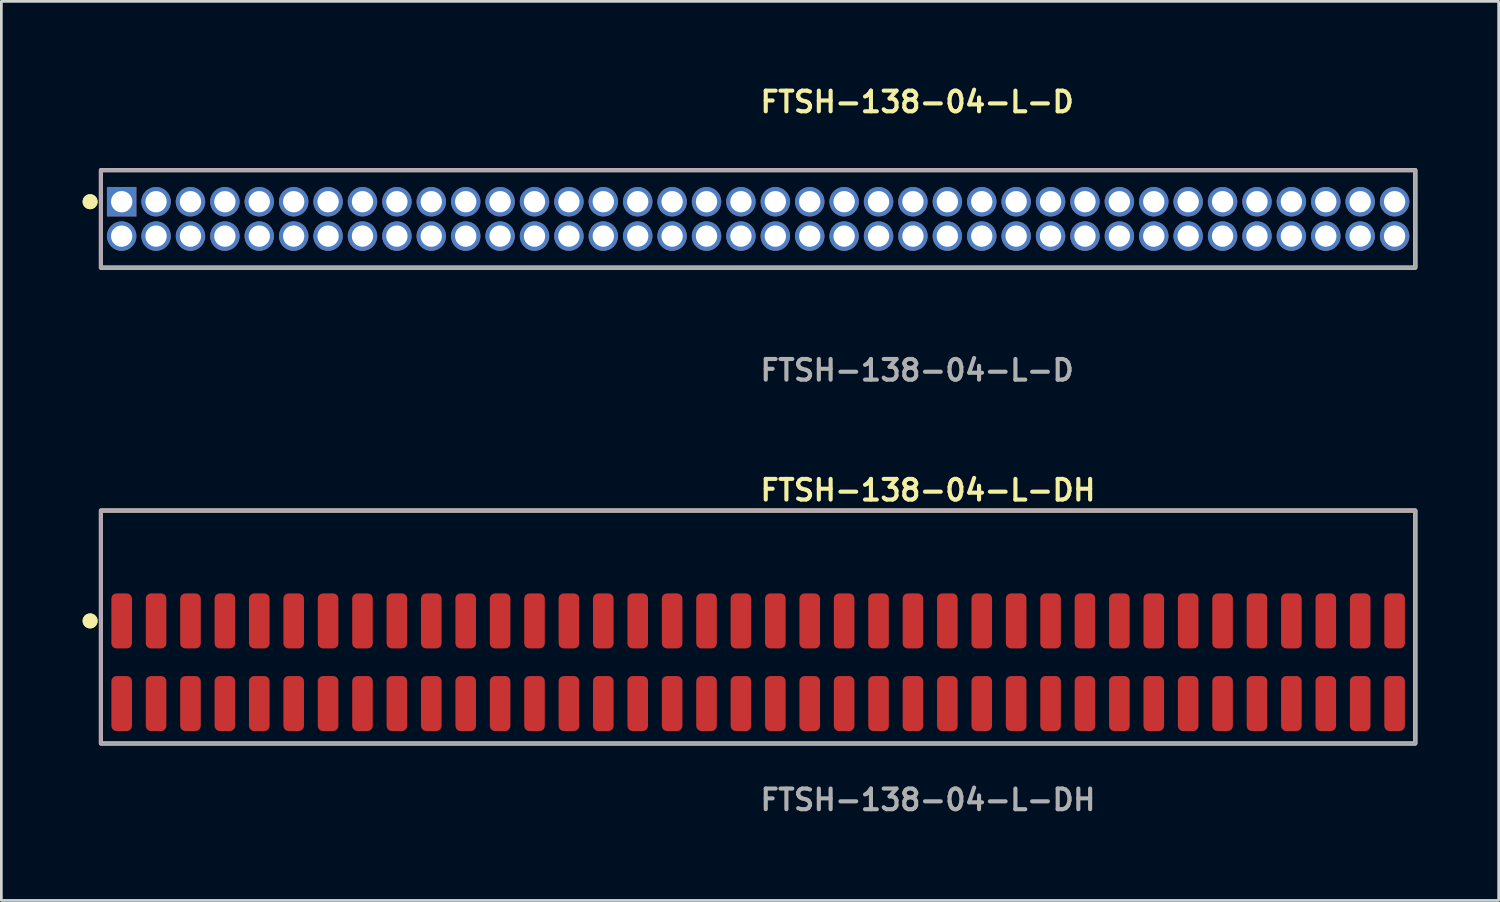
<source format=kicad_pcb>
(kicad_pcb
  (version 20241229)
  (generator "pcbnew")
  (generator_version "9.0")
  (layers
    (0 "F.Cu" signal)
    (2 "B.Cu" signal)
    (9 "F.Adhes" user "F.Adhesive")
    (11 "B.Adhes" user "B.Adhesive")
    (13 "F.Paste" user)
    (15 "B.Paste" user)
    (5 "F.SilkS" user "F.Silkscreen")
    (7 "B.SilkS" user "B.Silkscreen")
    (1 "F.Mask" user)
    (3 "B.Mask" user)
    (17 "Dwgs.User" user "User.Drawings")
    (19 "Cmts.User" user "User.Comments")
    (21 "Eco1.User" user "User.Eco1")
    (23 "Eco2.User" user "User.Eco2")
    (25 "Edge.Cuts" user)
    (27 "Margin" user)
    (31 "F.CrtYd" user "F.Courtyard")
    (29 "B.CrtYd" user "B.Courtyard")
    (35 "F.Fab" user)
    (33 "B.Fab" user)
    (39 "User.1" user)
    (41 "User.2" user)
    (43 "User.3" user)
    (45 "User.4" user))
  (footprint "FTSH-138-04-L-DH"
    (layer "F.Cu")
    (at 24.936 21.396)
    (property "Reference" "FTSH-138-04-L-DH" (at 0 -6.35 0) (unlocked yes) (layer "F.SilkS") (effects (font (size 0.762 0.762) (thickness 0.152)) (justify left)))
    (fp_rect (start -24.26 3) (end 24.26 -5.6) (stroke (width 0.152) (type solid)) (fill no) (layer "F.SilkS"))
    (fp_circle (center -24.66 -1.525) (end -24.86 -1.525) (stroke (width 0.152) (type solid)) (fill yes) (layer "F.SilkS"))
    (fp_circle (center -24.66 -1.525) (end -24.86 -1.525) (stroke (width 0.152) (type solid)) (fill yes) (layer "F.SilkS"))
    (fp_rect (start -24.26 3) (end 24.26 -5.6) (stroke (width 0.006) (type solid)) (fill no) (layer "F.CrtYd"))
    (fp_rect (start -24.26 3) (end 24.26 -5.6) (stroke (width 0.152) (type solid)) (fill no) (layer "F.Fab"))
    (fp_text user "${REFERENCE}" (at 0 5.08 0) (unlocked yes) (layer "F.Fab") (effects (font (size 0.762 0.762) (thickness 0.152)) (justify left)))
    (pad "1" smd roundrect (at -23.495 -1.525) (size 0.76 2.03) (layers "F.Cu" "F.Paste") (roundrect_rratio 0.25))
    (pad "2" smd roundrect (at -23.495 1.525) (size 0.76 2.03) (layers "F.Cu" "F.Paste") (roundrect_rratio 0.25))
    (pad "3" smd roundrect (at -22.225 -1.525) (size 0.76 2.03) (layers "F.Cu" "F.Paste") (roundrect_rratio 0.25))
    (pad "4" smd roundrect (at -22.225 1.525) (size 0.76 2.03) (layers "F.Cu" "F.Paste") (roundrect_rratio 0.25))
    (pad "5" smd roundrect (at -20.955 -1.525) (size 0.76 2.03) (layers "F.Cu" "F.Paste") (roundrect_rratio 0.25))
    (pad "6" smd roundrect (at -20.955 1.525) (size 0.76 2.03) (layers "F.Cu" "F.Paste") (roundrect_rratio 0.25))
    (pad "7" smd roundrect (at -19.685 -1.525) (size 0.76 2.03) (layers "F.Cu" "F.Paste") (roundrect_rratio 0.25))
    (pad "8" smd roundrect (at -19.685 1.525) (size 0.76 2.03) (layers "F.Cu" "F.Paste") (roundrect_rratio 0.25))
    (pad "9" smd roundrect (at -18.415 -1.525) (size 0.76 2.03) (layers "F.Cu" "F.Paste") (roundrect_rratio 0.25))
    (pad "10" smd roundrect (at -18.415 1.525) (size 0.76 2.03) (layers "F.Cu" "F.Paste") (roundrect_rratio 0.25))
    (pad "11" smd roundrect (at -17.145 -1.525) (size 0.76 2.03) (layers "F.Cu" "F.Paste") (roundrect_rratio 0.25))
    (pad "12" smd roundrect (at -17.145 1.525) (size 0.76 2.03) (layers "F.Cu" "F.Paste") (roundrect_rratio 0.25))
    (pad "13" smd roundrect (at -15.875 -1.525) (size 0.76 2.03) (layers "F.Cu" "F.Paste") (roundrect_rratio 0.25))
    (pad "14" smd roundrect (at -15.875 1.525) (size 0.76 2.03) (layers "F.Cu" "F.Paste") (roundrect_rratio 0.25))
    (pad "15" smd roundrect (at -14.605 -1.525) (size 0.76 2.03) (layers "F.Cu" "F.Paste") (roundrect_rratio 0.25))
    (pad "16" smd roundrect (at -14.605 1.525) (size 0.76 2.03) (layers "F.Cu" "F.Paste") (roundrect_rratio 0.25))
    (pad "17" smd roundrect (at -13.335 -1.525) (size 0.76 2.03) (layers "F.Cu" "F.Paste") (roundrect_rratio 0.25))
    (pad "18" smd roundrect (at -13.335 1.525) (size 0.76 2.03) (layers "F.Cu" "F.Paste") (roundrect_rratio 0.25))
    (pad "19" smd roundrect (at -12.065 -1.525) (size 0.76 2.03) (layers "F.Cu" "F.Paste") (roundrect_rratio 0.25))
    (pad "20" smd roundrect (at -12.065 1.525) (size 0.76 2.03) (layers "F.Cu" "F.Paste") (roundrect_rratio 0.25))
    (pad "21" smd roundrect (at -10.795 -1.525) (size 0.76 2.03) (layers "F.Cu" "F.Paste") (roundrect_rratio 0.25))
    (pad "22" smd roundrect (at -10.795 1.525) (size 0.76 2.03) (layers "F.Cu" "F.Paste") (roundrect_rratio 0.25))
    (pad "23" smd roundrect (at -9.525 -1.525) (size 0.76 2.03) (layers "F.Cu" "F.Paste") (roundrect_rratio 0.25))
    (pad "24" smd roundrect (at -9.525 1.525) (size 0.76 2.03) (layers "F.Cu" "F.Paste") (roundrect_rratio 0.25))
    (pad "25" smd roundrect (at -8.255 -1.525) (size 0.76 2.03) (layers "F.Cu" "F.Paste") (roundrect_rratio 0.25))
    (pad "26" smd roundrect (at -8.255 1.525) (size 0.76 2.03) (layers "F.Cu" "F.Paste") (roundrect_rratio 0.25))
    (pad "27" smd roundrect (at -6.985 -1.525) (size 0.76 2.03) (layers "F.Cu" "F.Paste") (roundrect_rratio 0.25))
    (pad "28" smd roundrect (at -6.985 1.525) (size 0.76 2.03) (layers "F.Cu" "F.Paste") (roundrect_rratio 0.25))
    (pad "29" smd roundrect (at -5.715 -1.525) (size 0.76 2.03) (layers "F.Cu" "F.Paste") (roundrect_rratio 0.25))
    (pad "30" smd roundrect (at -5.715 1.525) (size 0.76 2.03) (layers "F.Cu" "F.Paste") (roundrect_rratio 0.25))
    (pad "31" smd roundrect (at -4.445 -1.525) (size 0.76 2.03) (layers "F.Cu" "F.Paste") (roundrect_rratio 0.25))
    (pad "32" smd roundrect (at -4.445 1.525) (size 0.76 2.03) (layers "F.Cu" "F.Paste") (roundrect_rratio 0.25))
    (pad "33" smd roundrect (at -3.175 -1.525) (size 0.76 2.03) (layers "F.Cu" "F.Paste") (roundrect_rratio 0.25))
    (pad "34" smd roundrect (at -3.175 1.525) (size 0.76 2.03) (layers "F.Cu" "F.Paste") (roundrect_rratio 0.25))
    (pad "35" smd roundrect (at -1.905 -1.525) (size 0.76 2.03) (layers "F.Cu" "F.Paste") (roundrect_rratio 0.25))
    (pad "36" smd roundrect (at -1.905 1.525) (size 0.76 2.03) (layers "F.Cu" "F.Paste") (roundrect_rratio 0.25))
    (pad "37" smd roundrect (at -0.635 -1.525) (size 0.76 2.03) (layers "F.Cu" "F.Paste") (roundrect_rratio 0.25))
    (pad "38" smd roundrect (at -0.635 1.525) (size 0.76 2.03) (layers "F.Cu" "F.Paste") (roundrect_rratio 0.25))
    (pad "39" smd roundrect (at 0.635 -1.525) (size 0.76 2.03) (layers "F.Cu" "F.Paste") (roundrect_rratio 0.25))
    (pad "40" smd roundrect (at 0.635 1.525) (size 0.76 2.03) (layers "F.Cu" "F.Paste") (roundrect_rratio 0.25))
    (pad "41" smd roundrect (at 1.905 -1.525) (size 0.76 2.03) (layers "F.Cu" "F.Paste") (roundrect_rratio 0.25))
    (pad "42" smd roundrect (at 1.905 1.525) (size 0.76 2.03) (layers "F.Cu" "F.Paste") (roundrect_rratio 0.25))
    (pad "43" smd roundrect (at 3.175 -1.525) (size 0.76 2.03) (layers "F.Cu" "F.Paste") (roundrect_rratio 0.25))
    (pad "44" smd roundrect (at 3.175 1.525) (size 0.76 2.03) (layers "F.Cu" "F.Paste") (roundrect_rratio 0.25))
    (pad "45" smd roundrect (at 4.445 -1.525) (size 0.76 2.03) (layers "F.Cu" "F.Paste") (roundrect_rratio 0.25))
    (pad "46" smd roundrect (at 4.445 1.525) (size 0.76 2.03) (layers "F.Cu" "F.Paste") (roundrect_rratio 0.25))
    (pad "47" smd roundrect (at 5.715 -1.525) (size 0.76 2.03) (layers "F.Cu" "F.Paste") (roundrect_rratio 0.25))
    (pad "48" smd roundrect (at 5.715 1.525) (size 0.76 2.03) (layers "F.Cu" "F.Paste") (roundrect_rratio 0.25))
    (pad "49" smd roundrect (at 6.985 -1.525) (size 0.76 2.03) (layers "F.Cu" "F.Paste") (roundrect_rratio 0.25))
    (pad "50" smd roundrect (at 6.985 1.525) (size 0.76 2.03) (layers "F.Cu" "F.Paste") (roundrect_rratio 0.25))
    (pad "51" smd roundrect (at 8.255 -1.525) (size 0.76 2.03) (layers "F.Cu" "F.Paste") (roundrect_rratio 0.25))
    (pad "52" smd roundrect (at 8.255 1.525) (size 0.76 2.03) (layers "F.Cu" "F.Paste") (roundrect_rratio 0.25))
    (pad "53" smd roundrect (at 9.525 -1.525) (size 0.76 2.03) (layers "F.Cu" "F.Paste") (roundrect_rratio 0.25))
    (pad "54" smd roundrect (at 9.525 1.525) (size 0.76 2.03) (layers "F.Cu" "F.Paste") (roundrect_rratio 0.25))
    (pad "55" smd roundrect (at 10.795 -1.525) (size 0.76 2.03) (layers "F.Cu" "F.Paste") (roundrect_rratio 0.25))
    (pad "56" smd roundrect (at 10.795 1.525) (size 0.76 2.03) (layers "F.Cu" "F.Paste") (roundrect_rratio 0.25))
    (pad "57" smd roundrect (at 12.065 -1.525) (size 0.76 2.03) (layers "F.Cu" "F.Paste") (roundrect_rratio 0.25))
    (pad "58" smd roundrect (at 12.065 1.525) (size 0.76 2.03) (layers "F.Cu" "F.Paste") (roundrect_rratio 0.25))
    (pad "59" smd roundrect (at 13.335 -1.525) (size 0.76 2.03) (layers "F.Cu" "F.Paste") (roundrect_rratio 0.25))
    (pad "60" smd roundrect (at 13.335 1.525) (size 0.76 2.03) (layers "F.Cu" "F.Paste") (roundrect_rratio 0.25))
    (pad "61" smd roundrect (at 14.605 -1.525) (size 0.76 2.03) (layers "F.Cu" "F.Paste") (roundrect_rratio 0.25))
    (pad "62" smd roundrect (at 14.605 1.525) (size 0.76 2.03) (layers "F.Cu" "F.Paste") (roundrect_rratio 0.25))
    (pad "63" smd roundrect (at 15.875 -1.525) (size 0.76 2.03) (layers "F.Cu" "F.Paste") (roundrect_rratio 0.25))
    (pad "64" smd roundrect (at 15.875 1.525) (size 0.76 2.03) (layers "F.Cu" "F.Paste") (roundrect_rratio 0.25))
    (pad "65" smd roundrect (at 17.145 -1.525) (size 0.76 2.03) (layers "F.Cu" "F.Paste") (roundrect_rratio 0.25))
    (pad "66" smd roundrect (at 17.145 1.525) (size 0.76 2.03) (layers "F.Cu" "F.Paste") (roundrect_rratio 0.25))
    (pad "67" smd roundrect (at 18.415 -1.525) (size 0.76 2.03) (layers "F.Cu" "F.Paste") (roundrect_rratio 0.25))
    (pad "68" smd roundrect (at 18.415 1.525) (size 0.76 2.03) (layers "F.Cu" "F.Paste") (roundrect_rratio 0.25))
    (pad "69" smd roundrect (at 19.685 -1.525) (size 0.76 2.03) (layers "F.Cu" "F.Paste") (roundrect_rratio 0.25))
    (pad "70" smd roundrect (at 19.685 1.525) (size 0.76 2.03) (layers "F.Cu" "F.Paste") (roundrect_rratio 0.25))
    (pad "71" smd roundrect (at 20.955 -1.525) (size 0.76 2.03) (layers "F.Cu" "F.Paste") (roundrect_rratio 0.25))
    (pad "72" smd roundrect (at 20.955 1.525) (size 0.76 2.03) (layers "F.Cu" "F.Paste") (roundrect_rratio 0.25))
    (pad "73" smd roundrect (at 22.225 -1.525) (size 0.76 2.03) (layers "F.Cu" "F.Paste") (roundrect_rratio 0.25))
    (pad "74" smd roundrect (at 22.225 1.525) (size 0.76 2.03) (layers "F.Cu" "F.Paste") (roundrect_rratio 0.25))
    (pad "75" smd roundrect (at 23.495 -1.525) (size 0.76 2.03) (layers "F.Cu" "F.Paste") (roundrect_rratio 0.25))
    (pad "76" smd roundrect (at 23.495 1.525) (size 0.76 2.03) (layers "F.Cu" "F.Paste") (roundrect_rratio 0.25)))
  (footprint "FTSH-138-04-L-D"
    (layer "F.Cu")
    (at 24.936 5.031)
    (property "Reference" "FTSH-138-04-L-D" (at 0 -4.318 0) (unlocked yes) (layer "F.SilkS") (effects (font (size 0.762 0.762) (thickness 0.152)) (justify left)))
    (fp_rect (start -24.26 1.8) (end 24.26 -1.8) (stroke (width 0.152) (type solid)) (fill no) (layer "F.SilkS"))
    (fp_circle (center -24.66 -0.635) (end -24.86 -0.635) (stroke (width 0.152) (type solid)) (fill yes) (layer "F.SilkS"))
    (fp_circle (center -24.66 -0.635) (end -24.86 -0.635) (stroke (width 0.152) (type solid)) (fill yes) (layer "F.SilkS"))
    (fp_rect (start -24.26 1.8) (end 24.26 -1.8) (stroke (width 0.006) (type solid)) (fill no) (layer "F.CrtYd"))
    (fp_rect (start -24.26 1.8) (end 24.26 -1.8) (stroke (width 0.152) (type solid)) (fill no) (layer "F.Fab"))
    (fp_text user "${REFERENCE}" (at 0 5.588 0) (unlocked yes) (layer "F.Fab") (effects (font (size 0.762 0.762) (thickness 0.152)) (justify left)))
    (pad "1" thru_hole rect (at -23.495 -0.635) (size 1.087 1.087) (drill 0.787) (layers "*.Cu" "*.Mask"))
    (pad "2" thru_hole circle (at -23.495 0.635) (size 1.087 1.087) (drill 0.787) (layers "*.Cu" "*.Mask"))
    (pad "3" thru_hole circle (at -22.225 -0.635) (size 1.087 1.087) (drill 0.787) (layers "*.Cu" "*.Mask"))
    (pad "4" thru_hole circle (at -22.225 0.635) (size 1.087 1.087) (drill 0.787) (layers "*.Cu" "*.Mask"))
    (pad "5" thru_hole circle (at -20.955 -0.635) (size 1.087 1.087) (drill 0.787) (layers "*.Cu" "*.Mask"))
    (pad "6" thru_hole circle (at -20.955 0.635) (size 1.087 1.087) (drill 0.787) (layers "*.Cu" "*.Mask"))
    (pad "7" thru_hole circle (at -19.685 -0.635) (size 1.087 1.087) (drill 0.787) (layers "*.Cu" "*.Mask"))
    (pad "8" thru_hole circle (at -19.685 0.635) (size 1.087 1.087) (drill 0.787) (layers "*.Cu" "*.Mask"))
    (pad "9" thru_hole circle (at -18.415 -0.635) (size 1.087 1.087) (drill 0.787) (layers "*.Cu" "*.Mask"))
    (pad "10" thru_hole circle (at -18.415 0.635) (size 1.087 1.087) (drill 0.787) (layers "*.Cu" "*.Mask"))
    (pad "11" thru_hole circle (at -17.145 -0.635) (size 1.087 1.087) (drill 0.787) (layers "*.Cu" "*.Mask"))
    (pad "12" thru_hole circle (at -17.145 0.635) (size 1.087 1.087) (drill 0.787) (layers "*.Cu" "*.Mask"))
    (pad "13" thru_hole circle (at -15.875 -0.635) (size 1.087 1.087) (drill 0.787) (layers "*.Cu" "*.Mask"))
    (pad "14" thru_hole circle (at -15.875 0.635) (size 1.087 1.087) (drill 0.787) (layers "*.Cu" "*.Mask"))
    (pad "15" thru_hole circle (at -14.605 -0.635) (size 1.087 1.087) (drill 0.787) (layers "*.Cu" "*.Mask"))
    (pad "16" thru_hole circle (at -14.605 0.635) (size 1.087 1.087) (drill 0.787) (layers "*.Cu" "*.Mask"))
    (pad "17" thru_hole circle (at -13.335 -0.635) (size 1.087 1.087) (drill 0.787) (layers "*.Cu" "*.Mask"))
    (pad "18" thru_hole circle (at -13.335 0.635) (size 1.087 1.087) (drill 0.787) (layers "*.Cu" "*.Mask"))
    (pad "19" thru_hole circle (at -12.065 -0.635) (size 1.087 1.087) (drill 0.787) (layers "*.Cu" "*.Mask"))
    (pad "20" thru_hole circle (at -12.065 0.635) (size 1.087 1.087) (drill 0.787) (layers "*.Cu" "*.Mask"))
    (pad "21" thru_hole circle (at -10.795 -0.635) (size 1.087 1.087) (drill 0.787) (layers "*.Cu" "*.Mask"))
    (pad "22" thru_hole circle (at -10.795 0.635) (size 1.087 1.087) (drill 0.787) (layers "*.Cu" "*.Mask"))
    (pad "23" thru_hole circle (at -9.525 -0.635) (size 1.087 1.087) (drill 0.787) (layers "*.Cu" "*.Mask"))
    (pad "24" thru_hole circle (at -9.525 0.635) (size 1.087 1.087) (drill 0.787) (layers "*.Cu" "*.Mask"))
    (pad "25" thru_hole circle (at -8.255 -0.635) (size 1.087 1.087) (drill 0.787) (layers "*.Cu" "*.Mask"))
    (pad "26" thru_hole circle (at -8.255 0.635) (size 1.087 1.087) (drill 0.787) (layers "*.Cu" "*.Mask"))
    (pad "27" thru_hole circle (at -6.985 -0.635) (size 1.087 1.087) (drill 0.787) (layers "*.Cu" "*.Mask"))
    (pad "28" thru_hole circle (at -6.985 0.635) (size 1.087 1.087) (drill 0.787) (layers "*.Cu" "*.Mask"))
    (pad "29" thru_hole circle (at -5.715 -0.635) (size 1.087 1.087) (drill 0.787) (layers "*.Cu" "*.Mask"))
    (pad "30" thru_hole circle (at -5.715 0.635) (size 1.087 1.087) (drill 0.787) (layers "*.Cu" "*.Mask"))
    (pad "31" thru_hole circle (at -4.445 -0.635) (size 1.087 1.087) (drill 0.787) (layers "*.Cu" "*.Mask"))
    (pad "32" thru_hole circle (at -4.445 0.635) (size 1.087 1.087) (drill 0.787) (layers "*.Cu" "*.Mask"))
    (pad "33" thru_hole circle (at -3.175 -0.635) (size 1.087 1.087) (drill 0.787) (layers "*.Cu" "*.Mask"))
    (pad "34" thru_hole circle (at -3.175 0.635) (size 1.087 1.087) (drill 0.787) (layers "*.Cu" "*.Mask"))
    (pad "35" thru_hole circle (at -1.905 -0.635) (size 1.087 1.087) (drill 0.787) (layers "*.Cu" "*.Mask"))
    (pad "36" thru_hole circle (at -1.905 0.635) (size 1.087 1.087) (drill 0.787) (layers "*.Cu" "*.Mask"))
    (pad "37" thru_hole circle (at -0.635 -0.635) (size 1.087 1.087) (drill 0.787) (layers "*.Cu" "*.Mask"))
    (pad "38" thru_hole circle (at -0.635 0.635) (size 1.087 1.087) (drill 0.787) (layers "*.Cu" "*.Mask"))
    (pad "39" thru_hole circle (at 0.635 -0.635) (size 1.087 1.087) (drill 0.787) (layers "*.Cu" "*.Mask"))
    (pad "40" thru_hole circle (at 0.635 0.635) (size 1.087 1.087) (drill 0.787) (layers "*.Cu" "*.Mask"))
    (pad "41" thru_hole circle (at 1.905 -0.635) (size 1.087 1.087) (drill 0.787) (layers "*.Cu" "*.Mask"))
    (pad "42" thru_hole circle (at 1.905 0.635) (size 1.087 1.087) (drill 0.787) (layers "*.Cu" "*.Mask"))
    (pad "43" thru_hole circle (at 3.175 -0.635) (size 1.087 1.087) (drill 0.787) (layers "*.Cu" "*.Mask"))
    (pad "44" thru_hole circle (at 3.175 0.635) (size 1.087 1.087) (drill 0.787) (layers "*.Cu" "*.Mask"))
    (pad "45" thru_hole circle (at 4.445 -0.635) (size 1.087 1.087) (drill 0.787) (layers "*.Cu" "*.Mask"))
    (pad "46" thru_hole circle (at 4.445 0.635) (size 1.087 1.087) (drill 0.787) (layers "*.Cu" "*.Mask"))
    (pad "47" thru_hole circle (at 5.715 -0.635) (size 1.087 1.087) (drill 0.787) (layers "*.Cu" "*.Mask"))
    (pad "48" thru_hole circle (at 5.715 0.635) (size 1.087 1.087) (drill 0.787) (layers "*.Cu" "*.Mask"))
    (pad "49" thru_hole circle (at 6.985 -0.635) (size 1.087 1.087) (drill 0.787) (layers "*.Cu" "*.Mask"))
    (pad "50" thru_hole circle (at 6.985 0.635) (size 1.087 1.087) (drill 0.787) (layers "*.Cu" "*.Mask"))
    (pad "51" thru_hole circle (at 8.255 -0.635) (size 1.087 1.087) (drill 0.787) (layers "*.Cu" "*.Mask"))
    (pad "52" thru_hole circle (at 8.255 0.635) (size 1.087 1.087) (drill 0.787) (layers "*.Cu" "*.Mask"))
    (pad "53" thru_hole circle (at 9.525 -0.635) (size 1.087 1.087) (drill 0.787) (layers "*.Cu" "*.Mask"))
    (pad "54" thru_hole circle (at 9.525 0.635) (size 1.087 1.087) (drill 0.787) (layers "*.Cu" "*.Mask"))
    (pad "55" thru_hole circle (at 10.795 -0.635) (size 1.087 1.087) (drill 0.787) (layers "*.Cu" "*.Mask"))
    (pad "56" thru_hole circle (at 10.795 0.635) (size 1.087 1.087) (drill 0.787) (layers "*.Cu" "*.Mask"))
    (pad "57" thru_hole circle (at 12.065 -0.635) (size 1.087 1.087) (drill 0.787) (layers "*.Cu" "*.Mask"))
    (pad "58" thru_hole circle (at 12.065 0.635) (size 1.087 1.087) (drill 0.787) (layers "*.Cu" "*.Mask"))
    (pad "59" thru_hole circle (at 13.335 -0.635) (size 1.087 1.087) (drill 0.787) (layers "*.Cu" "*.Mask"))
    (pad "60" thru_hole circle (at 13.335 0.635) (size 1.087 1.087) (drill 0.787) (layers "*.Cu" "*.Mask"))
    (pad "61" thru_hole circle (at 14.605 -0.635) (size 1.087 1.087) (drill 0.787) (layers "*.Cu" "*.Mask"))
    (pad "62" thru_hole circle (at 14.605 0.635) (size 1.087 1.087) (drill 0.787) (layers "*.Cu" "*.Mask"))
    (pad "63" thru_hole circle (at 15.875 -0.635) (size 1.087 1.087) (drill 0.787) (layers "*.Cu" "*.Mask"))
    (pad "64" thru_hole circle (at 15.875 0.635) (size 1.087 1.087) (drill 0.787) (layers "*.Cu" "*.Mask"))
    (pad "65" thru_hole circle (at 17.145 -0.635) (size 1.087 1.087) (drill 0.787) (layers "*.Cu" "*.Mask"))
    (pad "66" thru_hole circle (at 17.145 0.635) (size 1.087 1.087) (drill 0.787) (layers "*.Cu" "*.Mask"))
    (pad "67" thru_hole circle (at 18.415 -0.635) (size 1.087 1.087) (drill 0.787) (layers "*.Cu" "*.Mask"))
    (pad "68" thru_hole circle (at 18.415 0.635) (size 1.087 1.087) (drill 0.787) (layers "*.Cu" "*.Mask"))
    (pad "69" thru_hole circle (at 19.685 -0.635) (size 1.087 1.087) (drill 0.787) (layers "*.Cu" "*.Mask"))
    (pad "70" thru_hole circle (at 19.685 0.635) (size 1.087 1.087) (drill 0.787) (layers "*.Cu" "*.Mask"))
    (pad "71" thru_hole circle (at 20.955 -0.635) (size 1.087 1.087) (drill 0.787) (layers "*.Cu" "*.Mask"))
    (pad "72" thru_hole circle (at 20.955 0.635) (size 1.087 1.087) (drill 0.787) (layers "*.Cu" "*.Mask"))
    (pad "73" thru_hole circle (at 22.225 -0.635) (size 1.087 1.087) (drill 0.787) (layers "*.Cu" "*.Mask"))
    (pad "74" thru_hole circle (at 22.225 0.635) (size 1.087 1.087) (drill 0.787) (layers "*.Cu" "*.Mask"))
    (pad "75" thru_hole circle (at 23.495 -0.635) (size 1.087 1.087) (drill 0.787) (layers "*.Cu" "*.Mask"))
    (pad "76" thru_hole circle (at 23.495 0.635) (size 1.087 1.087) (drill 0.787) (layers "*.Cu" "*.Mask")))
  (gr_rect
    (start -3 -3)
    (end 52.272 30.189)
    (stroke (width 0.1) (type default))
    (fill no)
    (layer "Edge.Cuts")))
</source>
